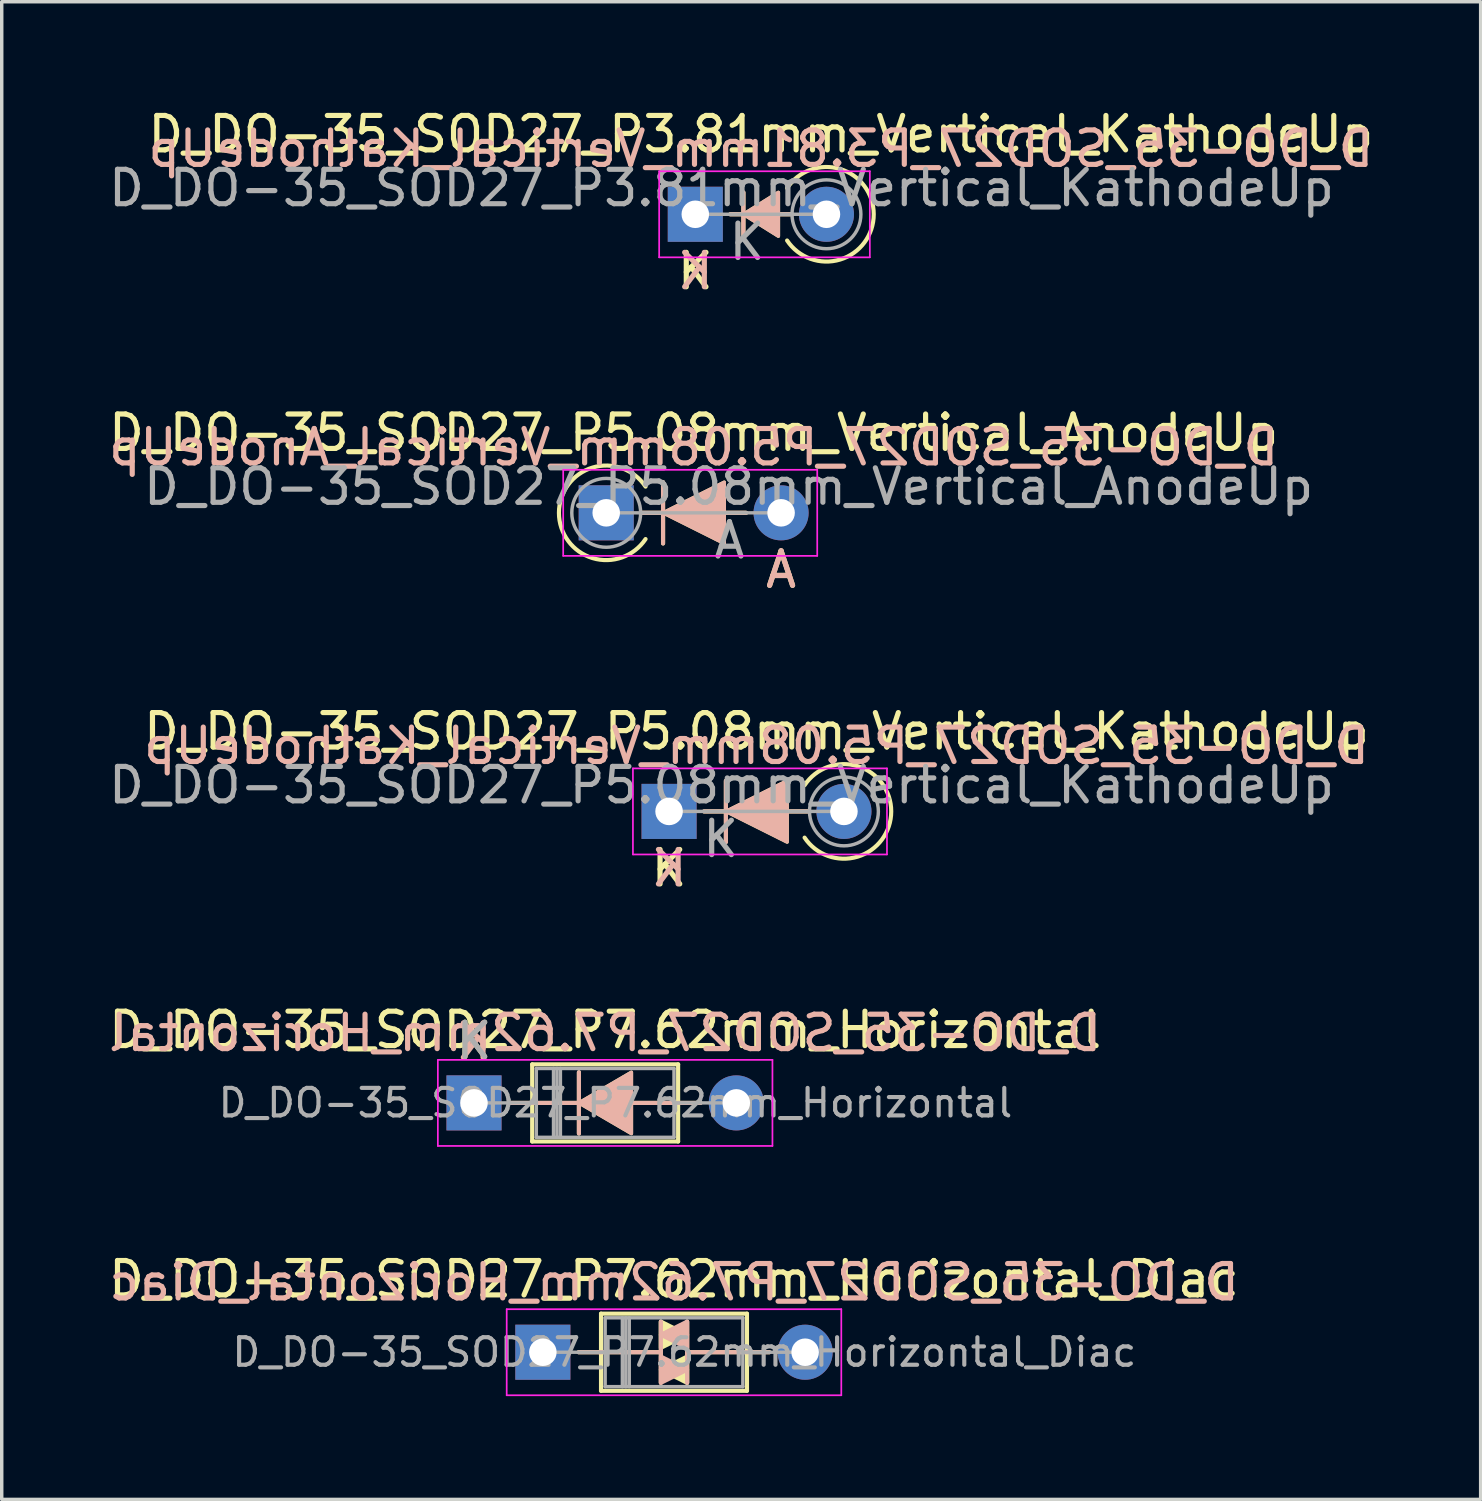
<source format=kicad_pcb>
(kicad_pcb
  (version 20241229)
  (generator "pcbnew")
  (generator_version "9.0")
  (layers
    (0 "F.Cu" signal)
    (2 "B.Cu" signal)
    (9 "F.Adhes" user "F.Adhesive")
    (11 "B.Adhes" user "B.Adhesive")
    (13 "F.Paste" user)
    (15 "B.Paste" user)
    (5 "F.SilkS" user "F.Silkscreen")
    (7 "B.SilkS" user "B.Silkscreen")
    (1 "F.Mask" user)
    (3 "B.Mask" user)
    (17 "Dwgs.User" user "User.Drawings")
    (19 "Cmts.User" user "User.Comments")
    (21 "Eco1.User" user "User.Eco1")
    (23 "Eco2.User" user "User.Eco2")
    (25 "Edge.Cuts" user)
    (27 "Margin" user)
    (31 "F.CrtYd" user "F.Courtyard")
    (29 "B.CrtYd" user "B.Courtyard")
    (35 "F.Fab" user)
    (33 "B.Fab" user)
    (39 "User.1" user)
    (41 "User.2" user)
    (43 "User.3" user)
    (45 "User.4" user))
  (footprint "D_DO-35_SOD27_P7.62mm_Horizontal_Diac"
    (layer "F.Cu")
    (at 12.72 36.233)
    (property "Reference" "D_DO-35_SOD27_P7.62mm_Horizontal_Diac" (at 3.81 -2.12 0) (layer "F.SilkS") (effects (font (size 1 1) (thickness 0.15))))
    (fp_line (start 1.04 0) (end 1.69 0) (stroke (width 0.12) (type solid)) (layer "F.SilkS"))
    (fp_line (start 1.651 0) (end 3.429 0) (stroke (width 0.12) (type solid)) (layer "F.SilkS"))
    (fp_line (start 1.69 -1.12) (end 1.69 1.12) (stroke (width 0.12) (type solid)) (layer "F.SilkS"))
    (fp_line (start 1.69 1.12) (end 5.93 1.12) (stroke (width 0.12) (type solid)) (layer "F.SilkS"))
    (fp_line (start 3.429 -0.889) (end 3.429 0.889) (stroke (width 0.12) (type solid)) (layer "F.SilkS"))
    (fp_line (start 4.191 -0.889) (end 4.191 0.889) (stroke (width 0.12) (type solid)) (layer "F.SilkS"))
    (fp_line (start 5.93 -1.12) (end 1.69 -1.12) (stroke (width 0.12) (type solid)) (layer "F.SilkS"))
    (fp_line (start 5.93 0) (end 4.191 0) (stroke (width 0.12) (type solid)) (layer "F.SilkS"))
    (fp_line (start 5.93 1.12) (end 5.93 -1.12) (stroke (width 0.12) (type solid)) (layer "F.SilkS"))
    (fp_line (start 6.58 0) (end 5.93 0) (stroke (width 0.12) (type solid)) (layer "F.SilkS"))
    (fp_poly (pts (xy 4.191 -0.508) (xy 3.429 -0.127) (xy 3.429 -0.889)) (stroke (width 0.12) (type solid)) (fill yes) (layer "F.SilkS"))
    (fp_poly (pts (xy 4.191 0.889) (xy 3.429 0.508) (xy 4.191 0.127)) (stroke (width 0.12) (type solid)) (fill yes) (layer "F.SilkS"))
    (fp_line (start 1.04 0) (end 1.69 0) (stroke (width 0.12) (type solid)) (layer "B.SilkS"))
    (fp_line (start 1.651 0) (end 3.429 0) (stroke (width 0.12) (type solid)) (layer "B.SilkS"))
    (fp_line (start 3.429 0.889) (end 3.429 -0.889) (stroke (width 0.12) (type solid)) (layer "B.SilkS"))
    (fp_line (start 4.191 0.889) (end 4.191 -0.889) (stroke (width 0.12) (type solid)) (layer "B.SilkS"))
    (fp_line (start 5.93 0) (end 4.191 0) (stroke (width 0.12) (type solid)) (layer "B.SilkS"))
    (fp_line (start 6.58 0) (end 5.93 0) (stroke (width 0.12) (type solid)) (layer "B.SilkS"))
    (fp_poly (pts (xy 4.191 -0.889) (xy 3.429 -0.508) (xy 4.191 -0.127)) (stroke (width 0.12) (type solid)) (fill yes) (layer "B.SilkS"))
    (fp_poly (pts (xy 4.191 0.508) (xy 3.429 0.127) (xy 3.429 0.889)) (stroke (width 0.12) (type solid)) (fill yes) (layer "B.SilkS"))
    (fp_line (start -1.05 -1.25) (end -1.05 1.25) (stroke (width 0.05) (type solid)) (layer "F.CrtYd"))
    (fp_line (start -1.05 1.25) (end 8.67 1.25) (stroke (width 0.05) (type solid)) (layer "F.CrtYd"))
    (fp_line (start 8.67 -1.25) (end -1.05 -1.25) (stroke (width 0.05) (type solid)) (layer "F.CrtYd"))
    (fp_line (start 8.67 1.25) (end 8.67 -1.25) (stroke (width 0.05) (type solid)) (layer "F.CrtYd"))
    (fp_line (start 0 0) (end 1.81 0) (stroke (width 0.1) (type solid)) (layer "F.Fab"))
    (fp_line (start 1.81 -1) (end 1.81 1) (stroke (width 0.1) (type solid)) (layer "F.Fab"))
    (fp_line (start 1.81 1) (end 5.81 1) (stroke (width 0.1) (type solid)) (layer "F.Fab"))
    (fp_line (start 2.31 -1) (end 2.31 1) (stroke (width 0.1) (type solid)) (layer "F.Fab"))
    (fp_line (start 2.41 -1) (end 2.41 1) (stroke (width 0.1) (type solid)) (layer "F.Fab"))
    (fp_line (start 2.51 -1) (end 2.51 1) (stroke (width 0.1) (type solid)) (layer "F.Fab"))
    (fp_line (start 5.81 -1) (end 1.81 -1) (stroke (width 0.1) (type solid)) (layer "F.Fab"))
    (fp_line (start 5.81 1) (end 5.81 -1) (stroke (width 0.1) (type solid)) (layer "F.Fab"))
    (fp_line (start 7.62 0) (end 5.81 0) (stroke (width 0.1) (type solid)) (layer "F.Fab"))
    (fp_text user "${REFERENCE}" (at 3.81 -2.032 0) (layer "B.SilkS") (effects (font (size 1 1) (thickness 0.15)) (justify mirror)))
    (fp_text user "${REFERENCE}" (at 4.11 0 0) (layer "F.Fab") (effects (font (size 0.8 0.8) (thickness 0.12))))
    (pad "1" thru_hole rect (at 0 0) (size 1.6 1.6) (drill 0.8) (layers "*.Cu" "*.Mask"))
    (pad "2" thru_hole oval (at 7.62 0) (size 1.6 1.6) (drill 0.8) (layers "*.Cu" "*.Mask")))
  (footprint "D_DO-35_SOD27_P7.62mm_Horizontal"
    (layer "F.Cu")
    (at 10.72 28.99)
    (property "Reference" "D_DO-35_SOD27_P7.62mm_Horizontal" (at 3.81 -2.12 0) (layer "F.SilkS") (effects (font (size 1 1) (thickness 0.15))))
    (fp_line (start 1.04 0) (end 1.69 0) (stroke (width 0.12) (type solid)) (layer "F.SilkS"))
    (fp_line (start 1.651 0) (end 3.048 0) (stroke (width 0.12) (type solid)) (layer "F.SilkS"))
    (fp_line (start 1.69 -1.12) (end 1.69 1.12) (stroke (width 0.12) (type solid)) (layer "F.SilkS"))
    (fp_line (start 1.69 1.12) (end 5.93 1.12) (stroke (width 0.12) (type solid)) (layer "F.SilkS"))
    (fp_line (start 3.048 -0.889) (end 3.048 0.889) (stroke (width 0.12) (type solid)) (layer "F.SilkS"))
    (fp_line (start 5.93 -1.12) (end 1.69 -1.12) (stroke (width 0.12) (type solid)) (layer "F.SilkS"))
    (fp_line (start 5.93 0) (end 4.636 0) (stroke (width 0.12) (type solid)) (layer "F.SilkS"))
    (fp_line (start 5.93 1.12) (end 5.93 -1.12) (stroke (width 0.12) (type solid)) (layer "F.SilkS"))
    (fp_line (start 6.58 0) (end 5.93 0) (stroke (width 0.12) (type solid)) (layer "F.SilkS"))
    (fp_poly (pts (xy 4.572 0.889) (xy 3.048 0) (xy 4.572 -0.889)) (stroke (width 0.1) (type solid)) (fill yes) (layer "F.SilkS"))
    (fp_line (start 1.04 0) (end 1.69 0) (stroke (width 0.12) (type solid)) (layer "B.SilkS"))
    (fp_line (start 1.651 0) (end 3.048 0) (stroke (width 0.12) (type solid)) (layer "B.SilkS"))
    (fp_line (start 3.048 0.889) (end 3.048 -0.889) (stroke (width 0.12) (type solid)) (layer "B.SilkS"))
    (fp_line (start 5.93 0) (end 4.636 0) (stroke (width 0.12) (type solid)) (layer "B.SilkS"))
    (fp_line (start 6.58 0) (end 5.93 0) (stroke (width 0.12) (type solid)) (layer "B.SilkS"))
    (fp_poly (pts (xy 4.572 -0.889) (xy 3.048 0) (xy 4.572 0.889)) (stroke (width 0.1) (type solid)) (fill yes) (layer "B.SilkS"))
    (fp_line (start -1.05 -1.25) (end -1.05 1.25) (stroke (width 0.05) (type solid)) (layer "F.CrtYd"))
    (fp_line (start -1.05 1.25) (end 8.67 1.25) (stroke (width 0.05) (type solid)) (layer "F.CrtYd"))
    (fp_line (start 8.67 -1.25) (end -1.05 -1.25) (stroke (width 0.05) (type solid)) (layer "F.CrtYd"))
    (fp_line (start 8.67 1.25) (end 8.67 -1.25) (stroke (width 0.05) (type solid)) (layer "F.CrtYd"))
    (fp_line (start 0 0) (end 1.81 0) (stroke (width 0.1) (type solid)) (layer "F.Fab"))
    (fp_line (start 1.81 -1) (end 1.81 1) (stroke (width 0.1) (type solid)) (layer "F.Fab"))
    (fp_line (start 1.81 1) (end 5.81 1) (stroke (width 0.1) (type solid)) (layer "F.Fab"))
    (fp_line (start 2.31 -1) (end 2.31 1) (stroke (width 0.1) (type solid)) (layer "F.Fab"))
    (fp_line (start 2.41 -1) (end 2.41 1) (stroke (width 0.1) (type solid)) (layer "F.Fab"))
    (fp_line (start 2.51 -1) (end 2.51 1) (stroke (width 0.1) (type solid)) (layer "F.Fab"))
    (fp_line (start 5.81 -1) (end 1.81 -1) (stroke (width 0.1) (type solid)) (layer "F.Fab"))
    (fp_line (start 5.81 1) (end 5.81 -1) (stroke (width 0.1) (type solid)) (layer "F.Fab"))
    (fp_line (start 7.62 0) (end 5.81 0) (stroke (width 0.1) (type solid)) (layer "F.Fab"))
    (fp_text user "K" (at 0 -1.8 0) (layer "F.SilkS") (effects (font (size 1 1) (thickness 0.15))))
    (fp_text user "${REFERENCE}" (at 3.81 -2.032 0) (layer "B.SilkS") (effects (font (size 1 1) (thickness 0.15)) (justify mirror)))
    (fp_text user "K" (at 0 -1.778 0) (layer "B.SilkS") (effects (font (size 1 1) (thickness 0.15)) (justify mirror)))
    (fp_text user "${REFERENCE}" (at 4.11 0 0) (layer "F.Fab") (effects (font (size 0.8 0.8) (thickness 0.12))))
    (fp_text user "K" (at 0 -1.8 0) (layer "F.Fab") (effects (font (size 1 1) (thickness 0.15))))
    (pad "1" thru_hole rect (at 0 0) (size 1.6 1.6) (drill 0.8) (layers "*.Cu" "*.Mask"))
    (pad "2" thru_hole oval (at 7.62 0) (size 1.6 1.6) (drill 0.8) (layers "*.Cu" "*.Mask")))
  (footprint "D_DO-35_SOD27_P5.08mm_Vertical_AnodeUp"
    (layer "F.Cu")
    (at 14.561 11.848)
    (property "Reference" "D_DO-35_SOD27_P5.08mm_Vertical_AnodeUp" (at 2.54 -2.326 0) (layer "F.SilkS") (effects (font (size 1 1) (thickness 0.15))))
    (fp_line (start 1.651 -0.889) (end 1.651 0.889) (stroke (width 0.12) (type solid)) (layer "F.SilkS"))
    (fp_line (start 4.064 0) (end 1.016 0) (stroke (width 0.12) (type solid)) (layer "F.SilkS"))
    (fp_arc (start 1.142999 0.761999) (mid -1.373714 0) (end 1.142999 -0.761999) (stroke (width 0.12) (type solid)) (layer "F.SilkS"))
    (fp_poly (pts (xy 3.429 0.889) (xy 1.651 0) (xy 3.429 -0.889)) (stroke (width 0.1) (type solid)) (fill yes) (layer "F.SilkS"))
    (fp_line (start 1.651 0.889) (end 1.651 -0.889) (stroke (width 0.12) (type solid)) (layer "B.SilkS"))
    (fp_line (start 4.064 0) (end 1.016 0) (stroke (width 0.12) (type solid)) (layer "B.SilkS"))
    (fp_poly (pts (xy 3.429 -0.889) (xy 1.651 0) (xy 3.429 0.889)) (stroke (width 0.1) (type solid)) (fill yes) (layer "B.SilkS"))
    (fp_line (start -1.25 -1.25) (end -1.25 1.25) (stroke (width 0.05) (type solid)) (layer "F.CrtYd"))
    (fp_line (start -1.25 1.25) (end 6.13 1.25) (stroke (width 0.05) (type solid)) (layer "F.CrtYd"))
    (fp_line (start 6.13 -1.25) (end -1.25 -1.25) (stroke (width 0.05) (type solid)) (layer "F.CrtYd"))
    (fp_line (start 6.13 1.25) (end 6.13 -1.25) (stroke (width 0.05) (type solid)) (layer "F.CrtYd"))
    (fp_line (start 0 0) (end 5.08 0) (stroke (width 0.1) (type solid)) (layer "F.Fab"))
    (fp_circle (center 0 0) (end 1 0) (stroke (width 0.1) (type solid)) (fill no) (layer "F.Fab"))
    (fp_text user "A" (at 5.08 1.651 0) (layer "F.SilkS") (effects (font (size 1 1) (thickness 0.15))))
    (fp_text user "A" (at 5.08 1.651 0) (layer "B.SilkS") (effects (font (size 1 1) (thickness 0.15)) (justify mirror)))
    (fp_text user "${REFERENCE}" (at 2.54 -1.905 0) (layer "B.SilkS") (effects (font (size 1 1) (thickness 0.15)) (justify mirror)))
    (fp_text user "A" (at 3.58 0.8 0) (layer "F.Fab") (effects (font (size 1 1) (thickness 0.15))))
    (fp_text user "${REFERENCE}" (at 3.556 -0.762 0) (layer "F.Fab") (effects (font (size 1 1) (thickness 0.15))))
    (pad "1" thru_hole rect (at 0 0) (size 1.6 1.6) (drill 0.8) (layers "*.Cu" "*.Mask"))
    (pad "2" thru_hole oval (at 5.08 0) (size 1.6 1.6) (drill 0.8) (layers "*.Cu" "*.Mask")))
  (footprint "D_DO-35_SOD27_P5.08mm_Vertical_KathodeUp"
    (layer "F.Cu")
    (at 16.387 20.522)
    (property "Reference" "D_DO-35_SOD27_P5.08mm_Vertical_KathodeUp" (at 2.54 -2.326 0) (layer "F.SilkS") (effects (font (size 1 1) (thickness 0.15))))
    (fp_line (start 1.651 -0.889) (end 1.651 0.889) (stroke (width 0.12) (type solid)) (layer "F.SilkS"))
    (fp_line (start 4.064 0) (end 1.016 0) (stroke (width 0.12) (type solid)) (layer "F.SilkS"))
    (fp_arc (start 3.937 -0.761998) (mid 6.453713 0.000001) (end 3.937 0.762) (stroke (width 0.12) (type solid)) (layer "F.SilkS"))
    (fp_poly (pts (xy 3.429 0.889) (xy 1.651 0) (xy 3.429 -0.889)) (stroke (width 0.1) (type solid)) (fill yes) (layer "F.SilkS"))
    (fp_line (start 1.651 0.889) (end 1.651 -0.889) (stroke (width 0.12) (type solid)) (layer "B.SilkS"))
    (fp_line (start 4.064 0) (end 1.016 0) (stroke (width 0.12) (type solid)) (layer "B.SilkS"))
    (fp_poly (pts (xy 3.429 -0.889) (xy 1.651 0) (xy 3.429 0.889)) (stroke (width 0.1) (type solid)) (fill yes) (layer "B.SilkS"))
    (fp_line (start -1.05 -1.25) (end -1.05 1.25) (stroke (width 0.05) (type solid)) (layer "F.CrtYd"))
    (fp_line (start -1.05 1.25) (end 6.33 1.25) (stroke (width 0.05) (type solid)) (layer "F.CrtYd"))
    (fp_line (start 6.33 -1.25) (end -1.05 -1.25) (stroke (width 0.05) (type solid)) (layer "F.CrtYd"))
    (fp_line (start 6.33 1.25) (end 6.33 -1.25) (stroke (width 0.05) (type solid)) (layer "F.CrtYd"))
    (fp_line (start 0 0) (end 5.08 0) (stroke (width 0.1) (type solid)) (layer "F.Fab"))
    (fp_circle (center 5.08 0) (end 6.08 0) (stroke (width 0.1) (type solid)) (fill no) (layer "F.Fab"))
    (fp_text user "K" (at 0 1.651 0) (layer "F.SilkS") (effects (font (size 1 1) (thickness 0.15))))
    (fp_text user "${REFERENCE}" (at 2.54 -1.905 0) (layer "B.SilkS") (effects (font (size 1 1) (thickness 0.15)) (justify mirror)))
    (fp_text user "K" (at 0 1.651 0) (layer "B.SilkS") (effects (font (size 1 1) (thickness 0.15)) (justify mirror)))
    (fp_text user "K" (at 1.5 0.8 0) (layer "F.Fab") (effects (font (size 1 1) (thickness 0.15))))
    (fp_text user "${REFERENCE}" (at 1.524 -0.762 0) (layer "F.Fab") (effects (font (size 1 1) (thickness 0.15))))
    (pad "1" thru_hole rect (at 0 0) (size 1.6 1.6) (drill 0.8) (layers "*.Cu" "*.Mask"))
    (pad "2" thru_hole oval (at 5.08 0) (size 1.6 1.6) (drill 0.8) (layers "*.Cu" "*.Mask")))
  (footprint "D_DO-35_SOD27_P3.81mm_Vertical_KathodeUp"
    (layer "F.Cu")
    (at 17.149 3.175)
    (property "Reference" "D_DO-35_SOD27_P3.81mm_Vertical_KathodeUp" (at 1.905 -2.326 0) (layer "F.SilkS") (effects (font (size 1 1) (thickness 0.15))))
    (fp_line (start 1.397 -0.635) (end 1.397 0.635) (stroke (width 0.12) (type solid)) (layer "F.SilkS"))
    (fp_line (start 2.794 0) (end 1.016 0) (stroke (width 0.12) (type solid)) (layer "F.SilkS"))
    (fp_arc (start 2.667 -0.761998) (mid 5.183713 0.000001) (end 2.667 0.762) (stroke (width 0.12) (type solid)) (layer "F.SilkS"))
    (fp_poly (pts (xy 2.413 0.635) (xy 1.397 0) (xy 2.413 -0.635)) (stroke (width 0.1) (type solid)) (fill yes) (layer "F.SilkS"))
    (fp_line (start 1.397 0.635) (end 1.397 -0.635) (stroke (width 0.12) (type solid)) (layer "B.SilkS"))
    (fp_line (start 2.794 0) (end 1.016 0) (stroke (width 0.12) (type solid)) (layer "B.SilkS"))
    (fp_poly (pts (xy 2.413 -0.635) (xy 1.397 0) (xy 2.413 0.635)) (stroke (width 0.1) (type solid)) (fill yes) (layer "B.SilkS"))
    (fp_line (start -1.05 -1.25) (end -1.05 1.25) (stroke (width 0.05) (type solid)) (layer "F.CrtYd"))
    (fp_line (start -1.05 1.25) (end 5.07 1.25) (stroke (width 0.05) (type solid)) (layer "F.CrtYd"))
    (fp_line (start 5.07 -1.25) (end -1.05 -1.25) (stroke (width 0.05) (type solid)) (layer "F.CrtYd"))
    (fp_line (start 5.07 1.25) (end 5.07 -1.25) (stroke (width 0.05) (type solid)) (layer "F.CrtYd"))
    (fp_line (start 0 0) (end 3.81 0) (stroke (width 0.1) (type solid)) (layer "F.Fab"))
    (fp_circle (center 3.81 0) (end 4.81 0) (stroke (width 0.1) (type solid)) (fill no) (layer "F.Fab"))
    (fp_text user "K" (at 0 1.651 0) (layer "F.SilkS") (effects (font (size 1 1) (thickness 0.15))))
    (fp_text user "${REFERENCE}" (at 1.905 -1.905 0) (layer "B.SilkS") (effects (font (size 1 1) (thickness 0.15)) (justify mirror)))
    (fp_text user "K" (at 0 1.651 0) (layer "B.SilkS") (effects (font (size 1 1) (thickness 0.15)) (justify mirror)))
    (fp_text user "${REFERENCE}" (at 0.762 -0.762 0) (layer "F.Fab") (effects (font (size 1 1) (thickness 0.15))))
    (fp_text user "K" (at 1.5 0.8 0) (layer "F.Fab") (effects (font (size 1 1) (thickness 0.15))))
    (pad "1" thru_hole rect (at 0 0) (size 1.6 1.6) (drill 0.8) (layers "*.Cu" "*.Mask"))
    (pad "2" thru_hole oval (at 3.81 0) (size 1.6 1.6) (drill 0.8) (layers "*.Cu" "*.Mask")))
  (gr_rect
    (start -3 -3)
    (end 39.964 40.508)
    (stroke (width 0.1) (type default))
    (fill no)
    (layer "Edge.Cuts")))
</source>
